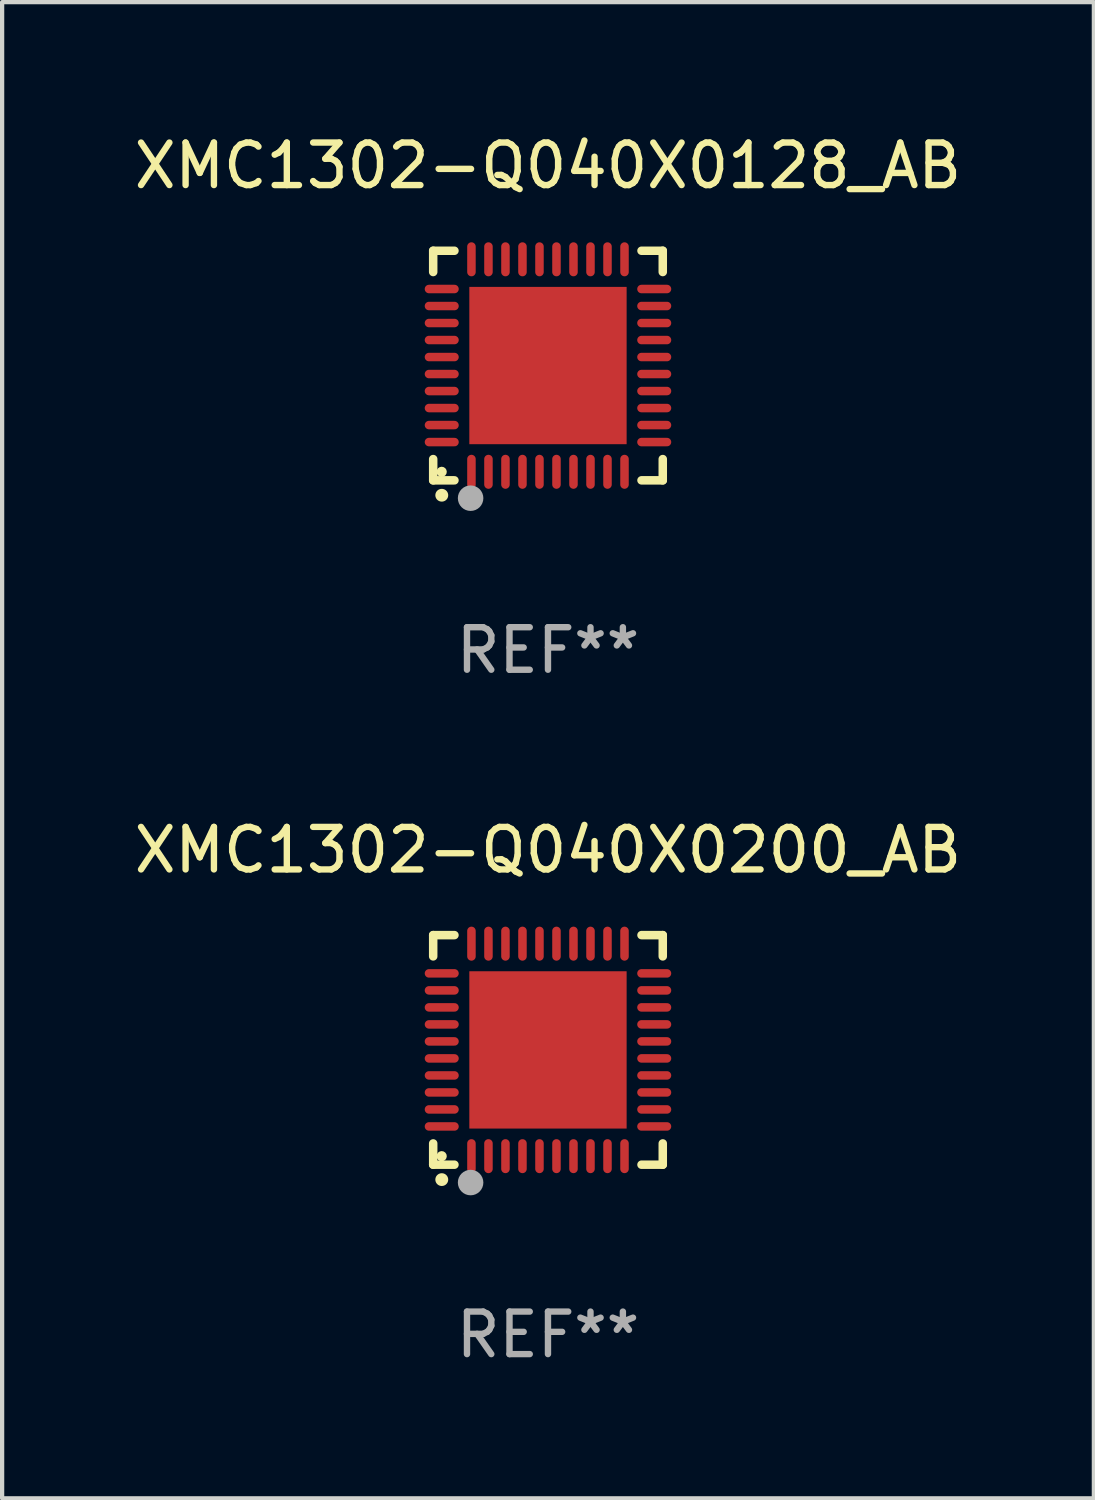
<source format=kicad_pcb>
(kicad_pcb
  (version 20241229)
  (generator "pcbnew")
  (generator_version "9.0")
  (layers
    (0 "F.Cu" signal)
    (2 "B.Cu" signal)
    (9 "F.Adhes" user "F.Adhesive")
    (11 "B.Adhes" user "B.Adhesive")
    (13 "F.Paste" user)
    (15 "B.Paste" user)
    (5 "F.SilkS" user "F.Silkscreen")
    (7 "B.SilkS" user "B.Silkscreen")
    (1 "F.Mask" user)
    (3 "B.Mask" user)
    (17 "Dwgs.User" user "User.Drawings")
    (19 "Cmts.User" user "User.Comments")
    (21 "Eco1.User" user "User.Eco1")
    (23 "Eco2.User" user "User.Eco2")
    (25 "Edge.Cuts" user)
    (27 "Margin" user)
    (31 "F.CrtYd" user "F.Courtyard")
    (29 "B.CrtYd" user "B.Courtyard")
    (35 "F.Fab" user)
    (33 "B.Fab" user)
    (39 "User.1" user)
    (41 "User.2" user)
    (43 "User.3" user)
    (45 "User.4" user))
  (footprint "XMC1302-Q040X0200_AB"
    (layer "F.Cu")
    (at 9.839 21.645)
    (property "Reference" "XMC1302-Q040X0200_AB" (at 0 -4.7 0) (layer "F.SilkS") (effects (font (size 1 1) (thickness 0.15))))
    (attr through_hole)
    (fp_line (start -2.7 -2.7) (end -2.7 -2.2) (stroke (width 0.2) (type solid)) (layer "F.SilkS"))
    (fp_line (start -2.7 2.7) (end -2.7 2.2) (stroke (width 0.2) (type solid)) (layer "F.SilkS"))
    (fp_line (start -2.2 -2.7) (end -2.7 -2.7) (stroke (width 0.2) (type solid)) (layer "F.SilkS"))
    (fp_line (start -2.2 2.7) (end -2.7 2.7) (stroke (width 0.2) (type solid)) (layer "F.SilkS"))
    (fp_line (start 2.7 -2.7) (end 2.2 -2.7) (stroke (width 0.2) (type solid)) (layer "F.SilkS"))
    (fp_line (start 2.7 -2.2) (end 2.7 -2.7) (stroke (width 0.2) (type solid)) (layer "F.SilkS"))
    (fp_line (start 2.7 2.2) (end 2.7 2.7) (stroke (width 0.2) (type solid)) (layer "F.SilkS"))
    (fp_line (start 2.7 2.7) (end 2.2 2.7) (stroke (width 0.2) (type solid)) (layer "F.SilkS"))
    (fp_arc (start -2.499365 3.050546) (mid -2.498095 3.050541) (end -2.496825 3.050546) (stroke (width 0.3) (type solid)) (layer "F.SilkS"))
    (fp_circle (center -2.5 2.5) (end -2.44 2.5) (stroke (width 0.12) (type solid)) (fill no) (layer "F.SilkS"))
    (fp_circle (center -1.82 3.12) (end -1.67 3.12) (stroke (width 0.3) (type solid)) (fill no) (layer "F.Fab"))
    (fp_text user "REF**" (at 0 6.7 0) (layer "F.Fab") (effects (font (size 1 1) (thickness 0.15))))
    (pad "1" smd oval (at -1.8 2.499) (size 0.2 0.8) (layers "F.Cu" "F.Mask" "F.Paste"))
    (pad "2" smd oval (at -1.4 2.499) (size 0.2 0.8) (layers "F.Cu" "F.Mask" "F.Paste"))
    (pad "3" smd oval (at -1 2.499) (size 0.2 0.8) (layers "F.Cu" "F.Mask" "F.Paste"))
    (pad "4" smd oval (at -0.6 2.499) (size 0.2 0.8) (layers "F.Cu" "F.Mask" "F.Paste"))
    (pad "5" smd oval (at -0.2 2.499) (size 0.2 0.8) (layers "F.Cu" "F.Mask" "F.Paste"))
    (pad "6" smd oval (at 0.2 2.499) (size 0.2 0.8) (layers "F.Cu" "F.Mask" "F.Paste"))
    (pad "7" smd oval (at 0.6 2.499) (size 0.2 0.8) (layers "F.Cu" "F.Mask" "F.Paste"))
    (pad "8" smd oval (at 1 2.499) (size 0.2 0.8) (layers "F.Cu" "F.Mask" "F.Paste"))
    (pad "9" smd oval (at 1.4 2.499) (size 0.2 0.8) (layers "F.Cu" "F.Mask" "F.Paste"))
    (pad "10" smd oval (at 1.8 2.499) (size 0.2 0.8) (layers "F.Cu" "F.Mask" "F.Paste"))
    (pad "11" smd oval (at 2.499 1.8) (size 0.8 0.2) (layers "F.Cu" "F.Mask" "F.Paste"))
    (pad "12" smd oval (at 2.499 1.4) (size 0.8 0.2) (layers "F.Cu" "F.Mask" "F.Paste"))
    (pad "13" smd oval (at 2.499 1) (size 0.8 0.2) (layers "F.Cu" "F.Mask" "F.Paste"))
    (pad "14" smd oval (at 2.499 0.6) (size 0.8 0.2) (layers "F.Cu" "F.Mask" "F.Paste"))
    (pad "15" smd oval (at 2.499 0.2) (size 0.8 0.2) (layers "F.Cu" "F.Mask" "F.Paste"))
    (pad "16" smd oval (at 2.499 -0.2) (size 0.8 0.2) (layers "F.Cu" "F.Mask" "F.Paste"))
    (pad "17" smd oval (at 2.499 -0.6) (size 0.8 0.2) (layers "F.Cu" "F.Mask" "F.Paste"))
    (pad "18" smd oval (at 2.499 -1) (size 0.8 0.2) (layers "F.Cu" "F.Mask" "F.Paste"))
    (pad "19" smd oval (at 2.499 -1.4) (size 0.8 0.2) (layers "F.Cu" "F.Mask" "F.Paste"))
    (pad "20" smd oval (at 2.499 -1.8) (size 0.8 0.2) (layers "F.Cu" "F.Mask" "F.Paste"))
    (pad "21" smd oval (at 1.8 -2.499) (size 0.2 0.8) (layers "F.Cu" "F.Mask" "F.Paste"))
    (pad "22" smd oval (at 1.4 -2.499) (size 0.2 0.8) (layers "F.Cu" "F.Mask" "F.Paste"))
    (pad "23" smd oval (at 1 -2.499) (size 0.2 0.8) (layers "F.Cu" "F.Mask" "F.Paste"))
    (pad "24" smd oval (at 0.6 -2.499) (size 0.2 0.8) (layers "F.Cu" "F.Mask" "F.Paste"))
    (pad "25" smd oval (at 0.2 -2.499) (size 0.2 0.8) (layers "F.Cu" "F.Mask" "F.Paste"))
    (pad "26" smd oval (at -0.2 -2.499) (size 0.2 0.8) (layers "F.Cu" "F.Mask" "F.Paste"))
    (pad "27" smd oval (at -0.6 -2.499) (size 0.2 0.8) (layers "F.Cu" "F.Mask" "F.Paste"))
    (pad "28" smd oval (at -1 -2.499) (size 0.2 0.8) (layers "F.Cu" "F.Mask" "F.Paste"))
    (pad "29" smd oval (at -1.4 -2.499) (size 0.2 0.8) (layers "F.Cu" "F.Mask" "F.Paste"))
    (pad "30" smd oval (at -1.8 -2.499) (size 0.2 0.8) (layers "F.Cu" "F.Mask" "F.Paste"))
    (pad "31" smd oval (at -2.499 -1.8) (size 0.8 0.2) (layers "F.Cu" "F.Mask" "F.Paste"))
    (pad "32" smd oval (at -2.499 -1.4) (size 0.8 0.2) (layers "F.Cu" "F.Mask" "F.Paste"))
    (pad "33" smd oval (at -2.499 -1) (size 0.8 0.2) (layers "F.Cu" "F.Mask" "F.Paste"))
    (pad "34" smd oval (at -2.499 -0.6) (size 0.8 0.2) (layers "F.Cu" "F.Mask" "F.Paste"))
    (pad "35" smd oval (at -2.499 -0.2) (size 0.8 0.2) (layers "F.Cu" "F.Mask" "F.Paste"))
    (pad "36" smd oval (at -2.499 0.2) (size 0.8 0.2) (layers "F.Cu" "F.Mask" "F.Paste"))
    (pad "37" smd oval (at -2.499 0.6) (size 0.8 0.2) (layers "F.Cu" "F.Mask" "F.Paste"))
    (pad "38" smd oval (at -2.499 1) (size 0.8 0.2) (layers "F.Cu" "F.Mask" "F.Paste"))
    (pad "39" smd oval (at -2.499 1.4) (size 0.8 0.2) (layers "F.Cu" "F.Mask" "F.Paste"))
    (pad "40" smd oval (at -2.499 1.8) (size 0.8 0.2) (layers "F.Cu" "F.Mask" "F.Paste"))
    (pad "41" smd rect (at 0 0) (size 3.7 3.7) (layers "F.Cu" "F.Mask" "F.Paste")))
  (footprint "XMC1302-Q040X0128_AB"
    (layer "F.Cu")
    (at 9.839 5.548)
    (property "Reference" "XMC1302-Q040X0128_AB" (at 0 -4.7 0) (layer "F.SilkS") (effects (font (size 1 1) (thickness 0.15))))
    (attr through_hole)
    (fp_line (start -2.7 -2.7) (end -2.7 -2.2) (stroke (width 0.2) (type solid)) (layer "F.SilkS"))
    (fp_line (start -2.7 2.7) (end -2.7 2.2) (stroke (width 0.2) (type solid)) (layer "F.SilkS"))
    (fp_line (start -2.2 -2.7) (end -2.7 -2.7) (stroke (width 0.2) (type solid)) (layer "F.SilkS"))
    (fp_line (start -2.2 2.7) (end -2.7 2.7) (stroke (width 0.2) (type solid)) (layer "F.SilkS"))
    (fp_line (start 2.7 -2.7) (end 2.2 -2.7) (stroke (width 0.2) (type solid)) (layer "F.SilkS"))
    (fp_line (start 2.7 -2.2) (end 2.7 -2.7) (stroke (width 0.2) (type solid)) (layer "F.SilkS"))
    (fp_line (start 2.7 2.2) (end 2.7 2.7) (stroke (width 0.2) (type solid)) (layer "F.SilkS"))
    (fp_line (start 2.7 2.7) (end 2.2 2.7) (stroke (width 0.2) (type solid)) (layer "F.SilkS"))
    (fp_arc (start -2.499365 3.050546) (mid -2.498095 3.050541) (end -2.496825 3.050546) (stroke (width 0.3) (type solid)) (layer "F.SilkS"))
    (fp_circle (center -2.5 2.5) (end -2.44 2.5) (stroke (width 0.12) (type solid)) (fill no) (layer "F.SilkS"))
    (fp_circle (center -1.82 3.12) (end -1.67 3.12) (stroke (width 0.3) (type solid)) (fill no) (layer "F.Fab"))
    (fp_text user "REF**" (at 0 6.7 0) (layer "F.Fab") (effects (font (size 1 1) (thickness 0.15))))
    (pad "1" smd oval (at -1.8 2.499) (size 0.2 0.8) (layers "F.Cu" "F.Mask" "F.Paste"))
    (pad "2" smd oval (at -1.4 2.499) (size 0.2 0.8) (layers "F.Cu" "F.Mask" "F.Paste"))
    (pad "3" smd oval (at -1 2.499) (size 0.2 0.8) (layers "F.Cu" "F.Mask" "F.Paste"))
    (pad "4" smd oval (at -0.6 2.499) (size 0.2 0.8) (layers "F.Cu" "F.Mask" "F.Paste"))
    (pad "5" smd oval (at -0.2 2.499) (size 0.2 0.8) (layers "F.Cu" "F.Mask" "F.Paste"))
    (pad "6" smd oval (at 0.2 2.499) (size 0.2 0.8) (layers "F.Cu" "F.Mask" "F.Paste"))
    (pad "7" smd oval (at 0.6 2.499) (size 0.2 0.8) (layers "F.Cu" "F.Mask" "F.Paste"))
    (pad "8" smd oval (at 1 2.499) (size 0.2 0.8) (layers "F.Cu" "F.Mask" "F.Paste"))
    (pad "9" smd oval (at 1.4 2.499) (size 0.2 0.8) (layers "F.Cu" "F.Mask" "F.Paste"))
    (pad "10" smd oval (at 1.8 2.499) (size 0.2 0.8) (layers "F.Cu" "F.Mask" "F.Paste"))
    (pad "11" smd oval (at 2.499 1.8) (size 0.8 0.2) (layers "F.Cu" "F.Mask" "F.Paste"))
    (pad "12" smd oval (at 2.499 1.4) (size 0.8 0.2) (layers "F.Cu" "F.Mask" "F.Paste"))
    (pad "13" smd oval (at 2.499 1) (size 0.8 0.2) (layers "F.Cu" "F.Mask" "F.Paste"))
    (pad "14" smd oval (at 2.499 0.6) (size 0.8 0.2) (layers "F.Cu" "F.Mask" "F.Paste"))
    (pad "15" smd oval (at 2.499 0.2) (size 0.8 0.2) (layers "F.Cu" "F.Mask" "F.Paste"))
    (pad "16" smd oval (at 2.499 -0.2) (size 0.8 0.2) (layers "F.Cu" "F.Mask" "F.Paste"))
    (pad "17" smd oval (at 2.499 -0.6) (size 0.8 0.2) (layers "F.Cu" "F.Mask" "F.Paste"))
    (pad "18" smd oval (at 2.499 -1) (size 0.8 0.2) (layers "F.Cu" "F.Mask" "F.Paste"))
    (pad "19" smd oval (at 2.499 -1.4) (size 0.8 0.2) (layers "F.Cu" "F.Mask" "F.Paste"))
    (pad "20" smd oval (at 2.499 -1.8) (size 0.8 0.2) (layers "F.Cu" "F.Mask" "F.Paste"))
    (pad "21" smd oval (at 1.8 -2.499) (size 0.2 0.8) (layers "F.Cu" "F.Mask" "F.Paste"))
    (pad "22" smd oval (at 1.4 -2.499) (size 0.2 0.8) (layers "F.Cu" "F.Mask" "F.Paste"))
    (pad "23" smd oval (at 1 -2.499) (size 0.2 0.8) (layers "F.Cu" "F.Mask" "F.Paste"))
    (pad "24" smd oval (at 0.6 -2.499) (size 0.2 0.8) (layers "F.Cu" "F.Mask" "F.Paste"))
    (pad "25" smd oval (at 0.2 -2.499) (size 0.2 0.8) (layers "F.Cu" "F.Mask" "F.Paste"))
    (pad "26" smd oval (at -0.2 -2.499) (size 0.2 0.8) (layers "F.Cu" "F.Mask" "F.Paste"))
    (pad "27" smd oval (at -0.6 -2.499) (size 0.2 0.8) (layers "F.Cu" "F.Mask" "F.Paste"))
    (pad "28" smd oval (at -1 -2.499) (size 0.2 0.8) (layers "F.Cu" "F.Mask" "F.Paste"))
    (pad "29" smd oval (at -1.4 -2.499) (size 0.2 0.8) (layers "F.Cu" "F.Mask" "F.Paste"))
    (pad "30" smd oval (at -1.8 -2.499) (size 0.2 0.8) (layers "F.Cu" "F.Mask" "F.Paste"))
    (pad "31" smd oval (at -2.499 -1.8) (size 0.8 0.2) (layers "F.Cu" "F.Mask" "F.Paste"))
    (pad "32" smd oval (at -2.499 -1.4) (size 0.8 0.2) (layers "F.Cu" "F.Mask" "F.Paste"))
    (pad "33" smd oval (at -2.499 -1) (size 0.8 0.2) (layers "F.Cu" "F.Mask" "F.Paste"))
    (pad "34" smd oval (at -2.499 -0.6) (size 0.8 0.2) (layers "F.Cu" "F.Mask" "F.Paste"))
    (pad "35" smd oval (at -2.499 -0.2) (size 0.8 0.2) (layers "F.Cu" "F.Mask" "F.Paste"))
    (pad "36" smd oval (at -2.499 0.2) (size 0.8 0.2) (layers "F.Cu" "F.Mask" "F.Paste"))
    (pad "37" smd oval (at -2.499 0.6) (size 0.8 0.2) (layers "F.Cu" "F.Mask" "F.Paste"))
    (pad "38" smd oval (at -2.499 1) (size 0.8 0.2) (layers "F.Cu" "F.Mask" "F.Paste"))
    (pad "39" smd oval (at -2.499 1.4) (size 0.8 0.2) (layers "F.Cu" "F.Mask" "F.Paste"))
    (pad "40" smd oval (at -2.499 1.8) (size 0.8 0.2) (layers "F.Cu" "F.Mask" "F.Paste"))
    (pad "41" smd rect (at 0 0) (size 3.7 3.7) (layers "F.Cu" "F.Mask" "F.Paste")))
  (gr_rect
    (start -3 -3)
    (end 22.679 32.193)
    (stroke (width 0.1) (type default))
    (fill no)
    (layer "Edge.Cuts")))
</source>
